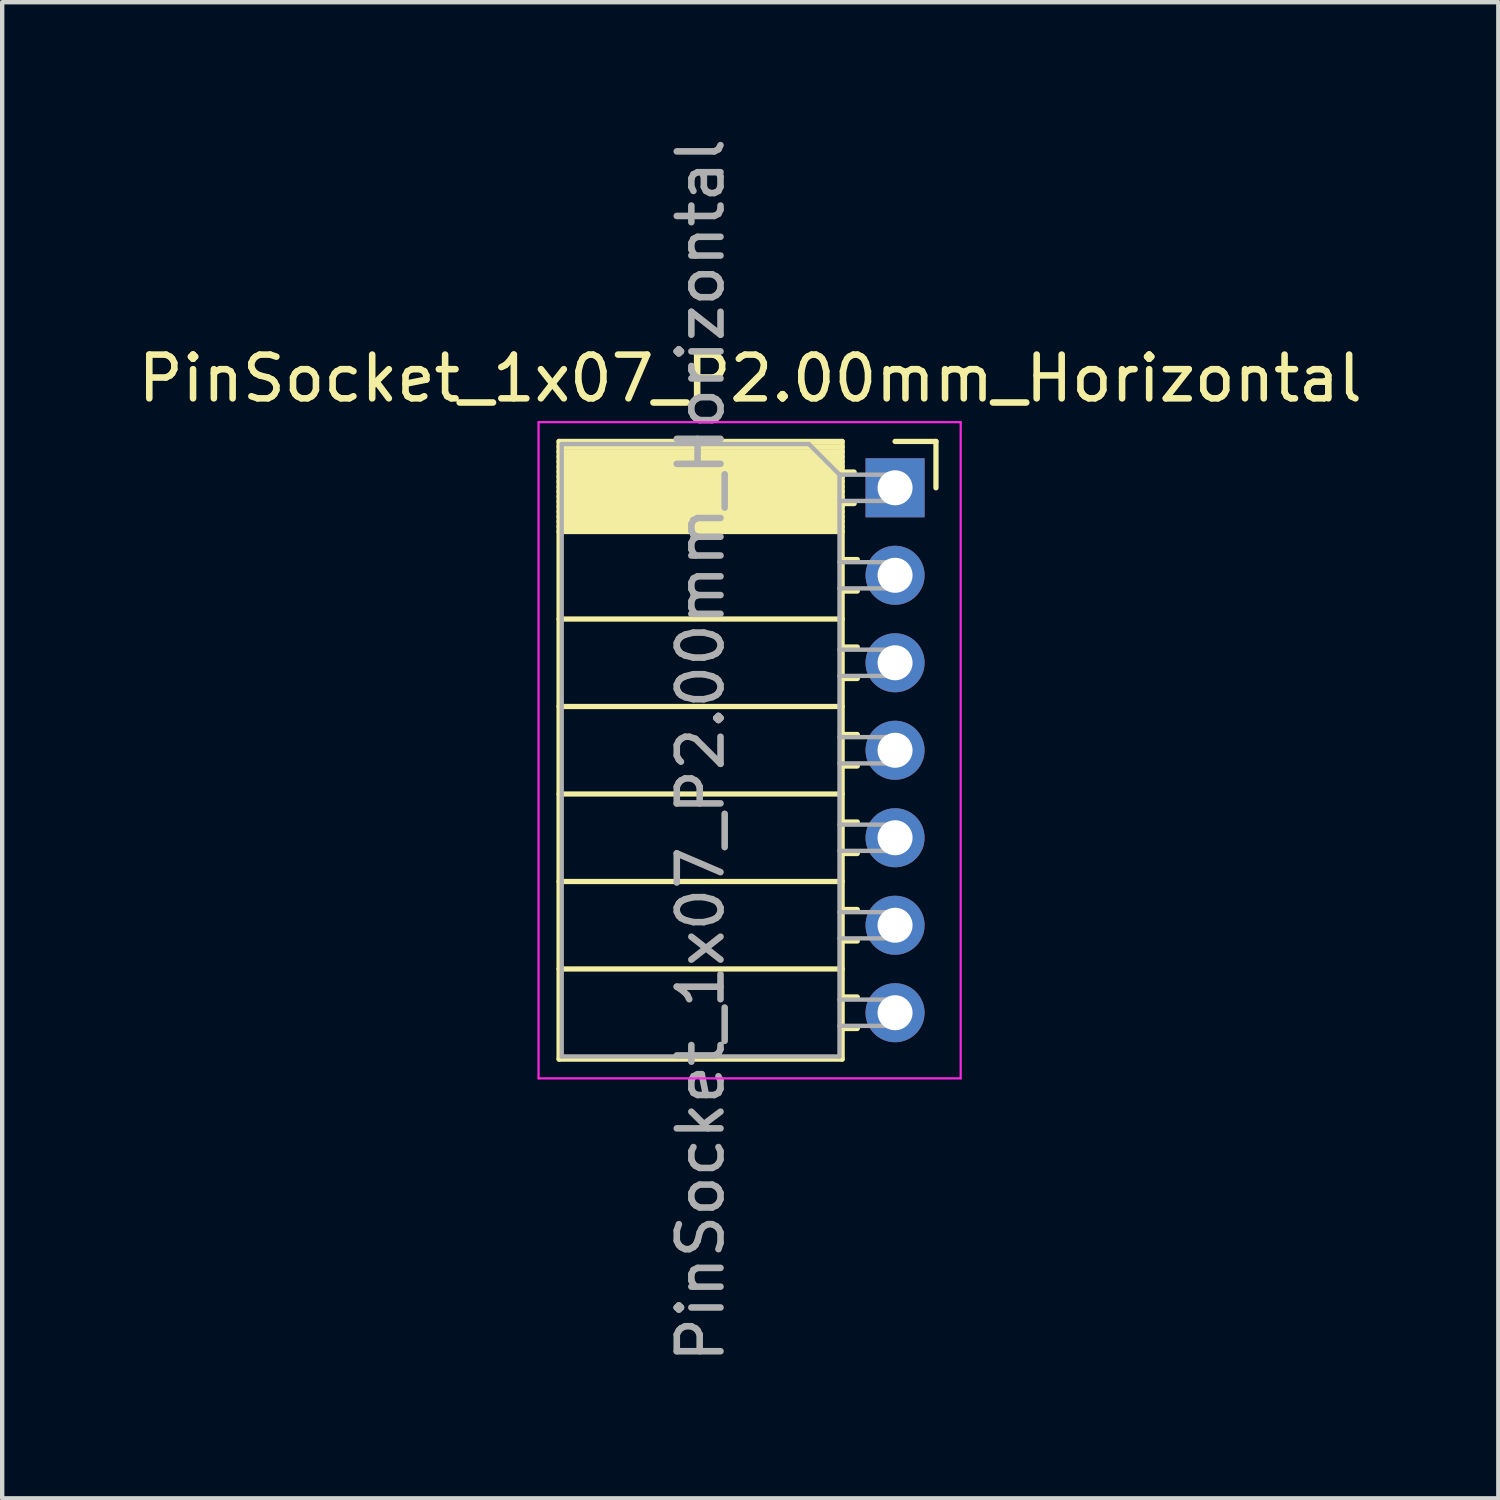
<source format=kicad_pcb>
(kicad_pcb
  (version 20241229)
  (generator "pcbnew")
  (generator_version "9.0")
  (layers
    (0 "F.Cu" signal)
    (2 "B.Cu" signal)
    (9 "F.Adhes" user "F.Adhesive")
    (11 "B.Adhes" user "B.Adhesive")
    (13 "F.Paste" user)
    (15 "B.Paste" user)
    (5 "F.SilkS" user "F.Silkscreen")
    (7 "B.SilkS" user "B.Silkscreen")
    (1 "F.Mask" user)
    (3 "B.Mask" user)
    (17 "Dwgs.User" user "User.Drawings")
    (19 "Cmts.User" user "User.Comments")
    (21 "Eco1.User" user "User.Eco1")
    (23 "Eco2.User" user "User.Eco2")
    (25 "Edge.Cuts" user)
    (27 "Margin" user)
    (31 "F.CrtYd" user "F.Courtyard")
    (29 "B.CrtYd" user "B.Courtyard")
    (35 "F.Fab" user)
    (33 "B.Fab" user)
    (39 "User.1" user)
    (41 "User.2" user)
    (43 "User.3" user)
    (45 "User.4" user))
  (footprint "PinSocket_1x07_P2.00mm_Horizontal"
    (layer "F.Cu")
    (at 17.411 8.101)
    (property "Reference" "PinSocket_1x07_P2.00mm_Horizontal" (at -3.31 -2.5 0) (layer "F.SilkS") (effects (font (size 1 1) (thickness 0.15))))
    (attr through_hole)
    (fp_line (start -7.68 -1.06) (end -7.68 13.06) (stroke (width 0.12) (type solid)) (layer "F.SilkS"))
    (fp_line (start -7.68 -1.06) (end -1.21 -1.06) (stroke (width 0.12) (type solid)) (layer "F.SilkS"))
    (fp_line (start -7.68 -0.94) (end -1.21 -0.94) (stroke (width 0.12) (type solid)) (layer "F.SilkS"))
    (fp_line (start -7.68 -0.826) (end -1.21 -0.826) (stroke (width 0.12) (type solid)) (layer "F.SilkS"))
    (fp_line (start -7.68 -0.712) (end -1.21 -0.712) (stroke (width 0.12) (type solid)) (layer "F.SilkS"))
    (fp_line (start -7.68 -0.598) (end -1.21 -0.598) (stroke (width 0.12) (type solid)) (layer "F.SilkS"))
    (fp_line (start -7.68 -0.484) (end -1.21 -0.484) (stroke (width 0.12) (type solid)) (layer "F.SilkS"))
    (fp_line (start -7.68 -0.369) (end -1.21 -0.369) (stroke (width 0.12) (type solid)) (layer "F.SilkS"))
    (fp_line (start -7.68 -0.255) (end -1.21 -0.255) (stroke (width 0.12) (type solid)) (layer "F.SilkS"))
    (fp_line (start -7.68 -0.141) (end -1.21 -0.141) (stroke (width 0.12) (type solid)) (layer "F.SilkS"))
    (fp_line (start -7.68 -0.027) (end -1.21 -0.027) (stroke (width 0.12) (type solid)) (layer "F.SilkS"))
    (fp_line (start -7.68 0.087) (end -1.21 0.087) (stroke (width 0.12) (type solid)) (layer "F.SilkS"))
    (fp_line (start -7.68 0.201) (end -1.21 0.201) (stroke (width 0.12) (type solid)) (layer "F.SilkS"))
    (fp_line (start -7.68 0.315) (end -1.21 0.315) (stroke (width 0.12) (type solid)) (layer "F.SilkS"))
    (fp_line (start -7.68 0.429) (end -1.21 0.429) (stroke (width 0.12) (type solid)) (layer "F.SilkS"))
    (fp_line (start -7.68 0.544) (end -1.21 0.544) (stroke (width 0.12) (type solid)) (layer "F.SilkS"))
    (fp_line (start -7.68 0.658) (end -1.21 0.658) (stroke (width 0.12) (type solid)) (layer "F.SilkS"))
    (fp_line (start -7.68 0.772) (end -1.21 0.772) (stroke (width 0.12) (type solid)) (layer "F.SilkS"))
    (fp_line (start -7.68 0.886) (end -1.21 0.886) (stroke (width 0.12) (type solid)) (layer "F.SilkS"))
    (fp_line (start -7.68 1) (end -1.21 1) (stroke (width 0.12) (type solid)) (layer "F.SilkS"))
    (fp_line (start -7.68 3) (end -1.21 3) (stroke (width 0.12) (type solid)) (layer "F.SilkS"))
    (fp_line (start -7.68 5) (end -1.21 5) (stroke (width 0.12) (type solid)) (layer "F.SilkS"))
    (fp_line (start -7.68 7) (end -1.21 7) (stroke (width 0.12) (type solid)) (layer "F.SilkS"))
    (fp_line (start -7.68 9) (end -1.21 9) (stroke (width 0.12) (type solid)) (layer "F.SilkS"))
    (fp_line (start -7.68 11) (end -1.21 11) (stroke (width 0.12) (type solid)) (layer "F.SilkS"))
    (fp_line (start -7.68 13.06) (end -1.21 13.06) (stroke (width 0.12) (type solid)) (layer "F.SilkS"))
    (fp_line (start -1.21 -1.06) (end -1.21 13.06) (stroke (width 0.12) (type solid)) (layer "F.SilkS"))
    (fp_line (start -1.21 -0.36) (end -0.935 -0.36) (stroke (width 0.12) (type solid)) (layer "F.SilkS"))
    (fp_line (start -1.21 0.36) (end -0.935 0.36) (stroke (width 0.12) (type solid)) (layer "F.SilkS"))
    (fp_line (start -1.21 1.64) (end -0.863 1.64) (stroke (width 0.12) (type solid)) (layer "F.SilkS"))
    (fp_line (start -1.21 2.36) (end -0.863 2.36) (stroke (width 0.12) (type solid)) (layer "F.SilkS"))
    (fp_line (start -1.21 3.64) (end -0.863 3.64) (stroke (width 0.12) (type solid)) (layer "F.SilkS"))
    (fp_line (start -1.21 4.36) (end -0.863 4.36) (stroke (width 0.12) (type solid)) (layer "F.SilkS"))
    (fp_line (start -1.21 5.64) (end -0.863 5.64) (stroke (width 0.12) (type solid)) (layer "F.SilkS"))
    (fp_line (start -1.21 6.36) (end -0.863 6.36) (stroke (width 0.12) (type solid)) (layer "F.SilkS"))
    (fp_line (start -1.21 7.64) (end -0.863 7.64) (stroke (width 0.12) (type solid)) (layer "F.SilkS"))
    (fp_line (start -1.21 8.36) (end -0.863 8.36) (stroke (width 0.12) (type solid)) (layer "F.SilkS"))
    (fp_line (start -1.21 9.64) (end -0.863 9.64) (stroke (width 0.12) (type solid)) (layer "F.SilkS"))
    (fp_line (start -1.21 10.36) (end -0.863 10.36) (stroke (width 0.12) (type solid)) (layer "F.SilkS"))
    (fp_line (start -1.21 11.64) (end -0.863 11.64) (stroke (width 0.12) (type solid)) (layer "F.SilkS"))
    (fp_line (start -1.21 12.36) (end -0.863 12.36) (stroke (width 0.12) (type solid)) (layer "F.SilkS"))
    (fp_line (start 0 -1.06) (end 0.935 -1.06) (stroke (width 0.12) (type solid)) (layer "F.SilkS"))
    (fp_line (start 0.935 -1.06) (end 0.935 0) (stroke (width 0.12) (type solid)) (layer "F.SilkS"))
    (fp_line (start -8.15 -1.5) (end -8.15 13.5) (stroke (width 0.05) (type solid)) (layer "F.CrtYd"))
    (fp_line (start -8.15 13.5) (end 1.5 13.5) (stroke (width 0.05) (type solid)) (layer "F.CrtYd"))
    (fp_line (start 1.5 -1.5) (end -8.15 -1.5) (stroke (width 0.05) (type solid)) (layer "F.CrtYd"))
    (fp_line (start 1.5 13.5) (end 1.5 -1.5) (stroke (width 0.05) (type solid)) (layer "F.CrtYd"))
    (fp_line (start -7.62 -1) (end -1.97 -1) (stroke (width 0.1) (type solid)) (layer "F.Fab"))
    (fp_line (start -7.62 13) (end -7.62 -1) (stroke (width 0.1) (type solid)) (layer "F.Fab"))
    (fp_line (start -1.97 -1) (end -1.27 -0.3) (stroke (width 0.1) (type solid)) (layer "F.Fab"))
    (fp_line (start -1.27 -0.3) (end -1.27 13) (stroke (width 0.1) (type solid)) (layer "F.Fab"))
    (fp_line (start -1.27 0.3) (end 0 0.3) (stroke (width 0.1) (type solid)) (layer "F.Fab"))
    (fp_line (start -1.27 2.3) (end 0 2.3) (stroke (width 0.1) (type solid)) (layer "F.Fab"))
    (fp_line (start -1.27 4.3) (end 0 4.3) (stroke (width 0.1) (type solid)) (layer "F.Fab"))
    (fp_line (start -1.27 6.3) (end 0 6.3) (stroke (width 0.1) (type solid)) (layer "F.Fab"))
    (fp_line (start -1.27 8.3) (end 0 8.3) (stroke (width 0.1) (type solid)) (layer "F.Fab"))
    (fp_line (start -1.27 10.3) (end 0 10.3) (stroke (width 0.1) (type solid)) (layer "F.Fab"))
    (fp_line (start -1.27 12.3) (end 0 12.3) (stroke (width 0.1) (type solid)) (layer "F.Fab"))
    (fp_line (start -1.27 13) (end -7.62 13) (stroke (width 0.1) (type solid)) (layer "F.Fab"))
    (fp_line (start 0 -0.3) (end -1.27 -0.3) (stroke (width 0.1) (type solid)) (layer "F.Fab"))
    (fp_line (start 0 0.3) (end 0 -0.3) (stroke (width 0.1) (type solid)) (layer "F.Fab"))
    (fp_line (start 0 1.7) (end -1.27 1.7) (stroke (width 0.1) (type solid)) (layer "F.Fab"))
    (fp_line (start 0 2.3) (end 0 1.7) (stroke (width 0.1) (type solid)) (layer "F.Fab"))
    (fp_line (start 0 3.7) (end -1.27 3.7) (stroke (width 0.1) (type solid)) (layer "F.Fab"))
    (fp_line (start 0 4.3) (end 0 3.7) (stroke (width 0.1) (type solid)) (layer "F.Fab"))
    (fp_line (start 0 5.7) (end -1.27 5.7) (stroke (width 0.1) (type solid)) (layer "F.Fab"))
    (fp_line (start 0 6.3) (end 0 5.7) (stroke (width 0.1) (type solid)) (layer "F.Fab"))
    (fp_line (start 0 7.7) (end -1.27 7.7) (stroke (width 0.1) (type solid)) (layer "F.Fab"))
    (fp_line (start 0 8.3) (end 0 7.7) (stroke (width 0.1) (type solid)) (layer "F.Fab"))
    (fp_line (start 0 9.7) (end -1.27 9.7) (stroke (width 0.1) (type solid)) (layer "F.Fab"))
    (fp_line (start 0 10.3) (end 0 9.7) (stroke (width 0.1) (type solid)) (layer "F.Fab"))
    (fp_line (start 0 11.7) (end -1.27 11.7) (stroke (width 0.1) (type solid)) (layer "F.Fab"))
    (fp_line (start 0 12.3) (end 0 11.7) (stroke (width 0.1) (type solid)) (layer "F.Fab"))
    (fp_text user "${REFERENCE}" (at -4.445 6 90) (layer "F.Fab") (effects (font (size 1 1) (thickness 0.15))))
    (pad "1" thru_hole rect (at 0 0) (size 1.35 1.35) (drill 0.8) (layers "*.Cu" "*.Mask"))
    (pad "2" thru_hole oval (at 0 2) (size 1.35 1.35) (drill 0.8) (layers "*.Cu" "*.Mask"))
    (pad "3" thru_hole oval (at 0 4) (size 1.35 1.35) (drill 0.8) (layers "*.Cu" "*.Mask"))
    (pad "4" thru_hole oval (at 0 6) (size 1.35 1.35) (drill 0.8) (layers "*.Cu" "*.Mask"))
    (pad "5" thru_hole oval (at 0 8) (size 1.35 1.35) (drill 0.8) (layers "*.Cu" "*.Mask"))
    (pad "6" thru_hole oval (at 0 10) (size 1.35 1.35) (drill 0.8) (layers "*.Cu" "*.Mask"))
    (pad "7" thru_hole oval (at 0 12) (size 1.35 1.35) (drill 0.8) (layers "*.Cu" "*.Mask")))
  (gr_rect
    (start -3 -3)
    (end 31.202 31.202)
    (stroke (width 0.1) (type default))
    (fill no)
    (layer "Edge.Cuts")))
</source>
